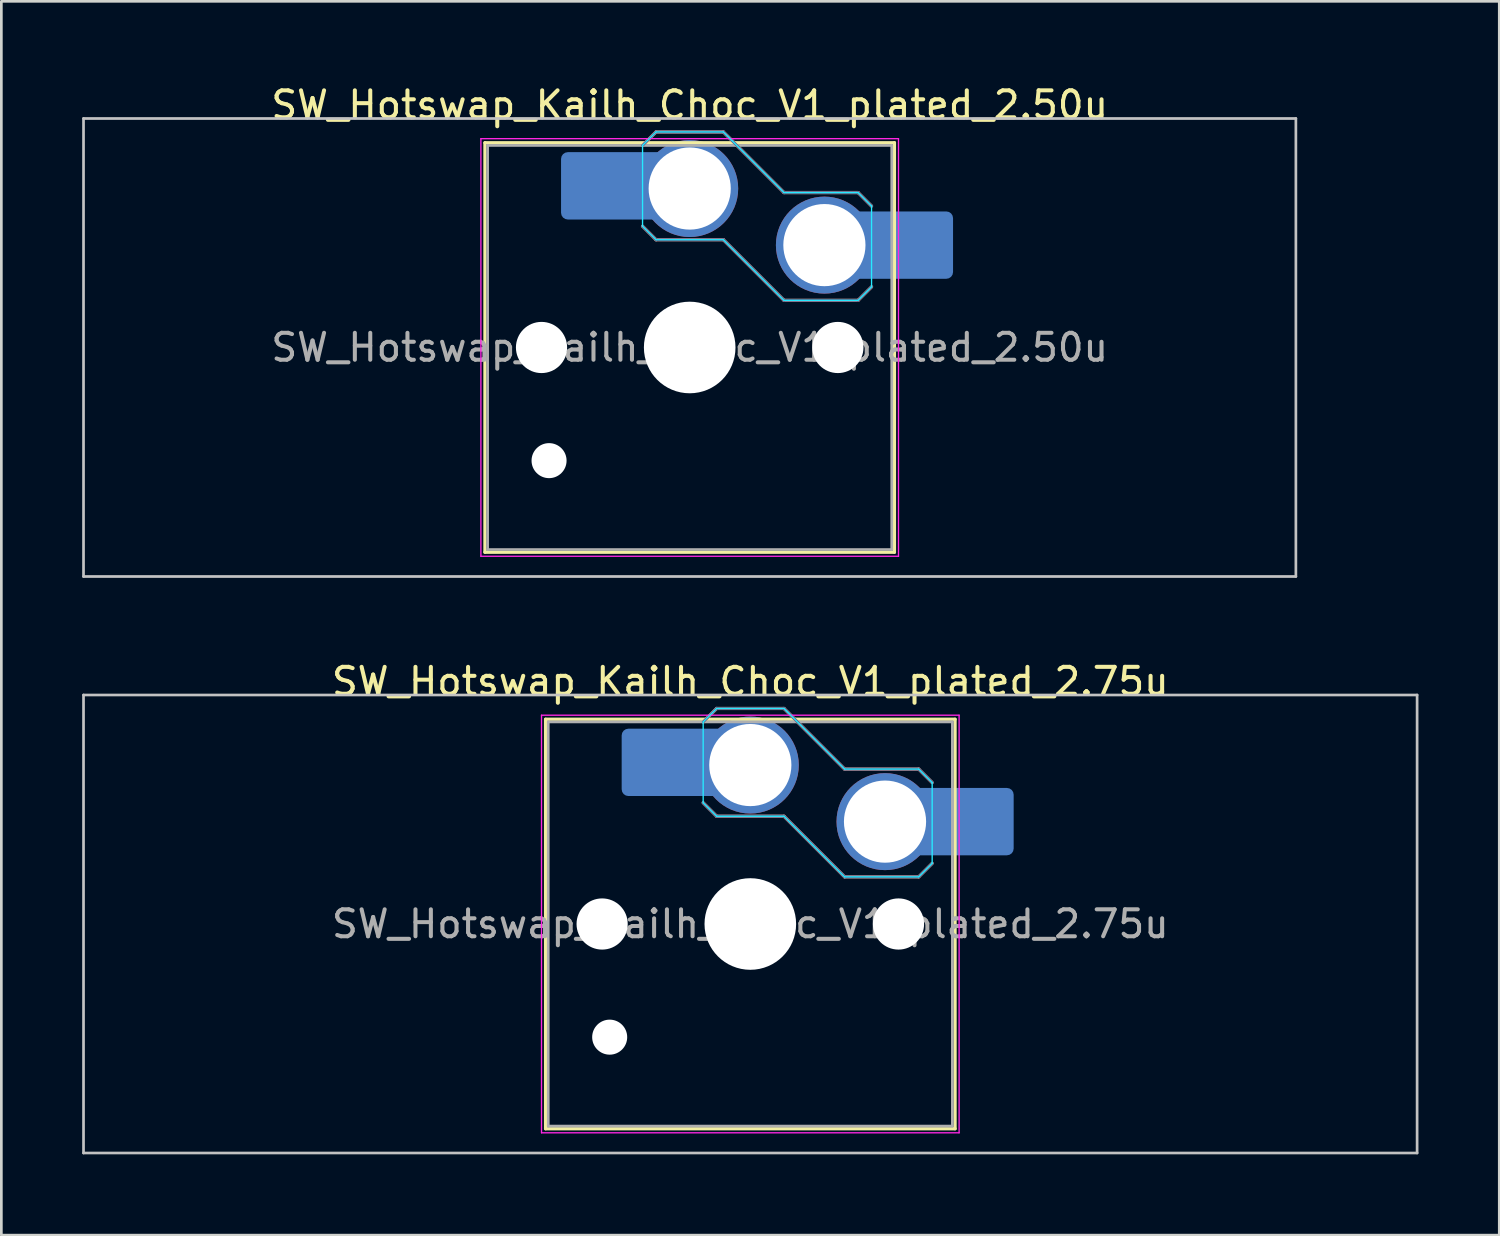
<source format=kicad_pcb>
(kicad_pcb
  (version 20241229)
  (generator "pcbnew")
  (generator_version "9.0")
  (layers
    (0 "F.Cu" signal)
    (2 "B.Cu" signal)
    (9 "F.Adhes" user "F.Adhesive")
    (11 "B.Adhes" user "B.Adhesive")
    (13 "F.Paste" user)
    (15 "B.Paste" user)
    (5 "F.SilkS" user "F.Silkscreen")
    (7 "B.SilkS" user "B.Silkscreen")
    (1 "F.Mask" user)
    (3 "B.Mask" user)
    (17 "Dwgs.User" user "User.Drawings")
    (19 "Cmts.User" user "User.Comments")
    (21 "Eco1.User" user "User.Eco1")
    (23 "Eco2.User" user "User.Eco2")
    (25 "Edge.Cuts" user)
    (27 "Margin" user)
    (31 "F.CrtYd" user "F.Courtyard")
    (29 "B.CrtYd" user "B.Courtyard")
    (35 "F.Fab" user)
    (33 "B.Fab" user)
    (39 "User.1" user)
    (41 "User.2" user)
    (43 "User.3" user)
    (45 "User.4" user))
  (footprint "SW_Hotswap_Kailh_Choc_V1_plated_2.75u"
    (layer "F.Cu")
    (at 24.8 31.247)
    (property "Reference" "SW_Hotswap_Kailh_Choc_V1_plated_2.75u" (at 0 -9 0) (layer "F.SilkS") (effects (font (size 1 1) (thickness 0.15))))
    (attr smd)
    (fp_line (start -7.6 -7.6) (end -7.6 7.6) (stroke (width 0.12) (type solid)) (layer "F.SilkS"))
    (fp_line (start -7.6 7.6) (end 7.6 7.6) (stroke (width 0.12) (type solid)) (layer "F.SilkS"))
    (fp_line (start 7.6 -7.6) (end -7.6 -7.6) (stroke (width 0.12) (type solid)) (layer "F.SilkS"))
    (fp_line (start 7.6 7.6) (end 7.6 -7.6) (stroke (width 0.12) (type solid)) (layer "F.SilkS"))
    (fp_line (start -1.75 -7.5) (end -1.25 -8) (stroke (width 0.12) (type solid)) (layer "B.SilkS"))
    (fp_line (start -1.25 -8) (end 1.25 -8) (stroke (width 0.12) (type solid)) (layer "B.SilkS"))
    (fp_line (start -1.25 -4) (end -1.75 -4.5) (stroke (width 0.12) (type solid)) (layer "B.SilkS"))
    (fp_line (start 1.25 -8) (end 3.5 -5.75) (stroke (width 0.12) (type solid)) (layer "B.SilkS"))
    (fp_line (start 1.25 -4) (end -1.25 -4) (stroke (width 0.12) (type solid)) (layer "B.SilkS"))
    (fp_line (start 3.5 -5.75) (end 6.25 -5.75) (stroke (width 0.12) (type solid)) (layer "B.SilkS"))
    (fp_line (start 3.5 -1.75) (end 1.25 -4) (stroke (width 0.12) (type solid)) (layer "B.SilkS"))
    (fp_line (start 6.25 -5.75) (end 6.75 -5.25) (stroke (width 0.12) (type solid)) (layer "B.SilkS"))
    (fp_line (start 6.25 -1.75) (end 3.5 -1.75) (stroke (width 0.12) (type solid)) (layer "B.SilkS"))
    (fp_line (start 6.75 -2.25) (end 6.25 -1.75) (stroke (width 0.12) (type solid)) (layer "B.SilkS"))
    (fp_line (start -24.75 -8.5) (end -24.75 8.5) (stroke (width 0.1) (type solid)) (layer "Dwgs.User"))
    (fp_line (start -24.75 8.5) (end 24.75 8.5) (stroke (width 0.1) (type solid)) (layer "Dwgs.User"))
    (fp_line (start 24.75 -8.5) (end -24.75 -8.5) (stroke (width 0.1) (type solid)) (layer "Dwgs.User"))
    (fp_line (start 24.75 8.5) (end 24.75 -8.5) (stroke (width 0.1) (type solid)) (layer "Dwgs.User"))
    (fp_line (start -7.25 -7.25) (end -7.25 7.25) (stroke (width 0.1) (type solid)) (layer "Eco1.User"))
    (fp_line (start -7.25 7.25) (end 7.25 7.25) (stroke (width 0.1) (type solid)) (layer "Eco1.User"))
    (fp_line (start 7.25 -7.25) (end -7.25 -7.25) (stroke (width 0.1) (type solid)) (layer "Eco1.User"))
    (fp_line (start 7.25 7.25) (end 7.25 -7.25) (stroke (width 0.1) (type solid)) (layer "Eco1.User"))
    (fp_line (start -1.75 -7.5) (end -1.25 -8) (stroke (width 0.05) (type solid)) (layer "B.CrtYd"))
    (fp_line (start -1.75 -4.5) (end -1.75 -7.5) (stroke (width 0.05) (type solid)) (layer "B.CrtYd"))
    (fp_line (start -1.25 -8) (end 1.25 -8) (stroke (width 0.05) (type solid)) (layer "B.CrtYd"))
    (fp_line (start -1.25 -4) (end -1.75 -4.5) (stroke (width 0.05) (type solid)) (layer "B.CrtYd"))
    (fp_line (start 1.25 -8) (end 3.5 -5.75) (stroke (width 0.05) (type solid)) (layer "B.CrtYd"))
    (fp_line (start 1.25 -4) (end -1.25 -4) (stroke (width 0.05) (type solid)) (layer "B.CrtYd"))
    (fp_line (start 3.5 -5.75) (end 6.25 -5.75) (stroke (width 0.05) (type solid)) (layer "B.CrtYd"))
    (fp_line (start 3.5 -1.75) (end 1.25 -4) (stroke (width 0.05) (type solid)) (layer "B.CrtYd"))
    (fp_line (start 6.25 -5.75) (end 6.75 -5.25) (stroke (width 0.05) (type solid)) (layer "B.CrtYd"))
    (fp_line (start 6.25 -1.75) (end 3.5 -1.75) (stroke (width 0.05) (type solid)) (layer "B.CrtYd"))
    (fp_line (start 6.75 -5.25) (end 6.75 -2.25) (stroke (width 0.05) (type solid)) (layer "B.CrtYd"))
    (fp_line (start 6.75 -2.25) (end 6.25 -1.75) (stroke (width 0.05) (type solid)) (layer "B.CrtYd"))
    (fp_line (start -7.75 -7.75) (end -7.75 7.75) (stroke (width 0.05) (type solid)) (layer "F.CrtYd"))
    (fp_line (start -7.75 7.75) (end 7.75 7.75) (stroke (width 0.05) (type solid)) (layer "F.CrtYd"))
    (fp_line (start 7.75 -7.75) (end -7.75 -7.75) (stroke (width 0.05) (type solid)) (layer "F.CrtYd"))
    (fp_line (start 7.75 7.75) (end 7.75 -7.75) (stroke (width 0.05) (type solid)) (layer "F.CrtYd"))
    (fp_line (start -1.75 -7.5) (end -1.25 -8) (stroke (width 0.1) (type solid)) (layer "B.Fab"))
    (fp_line (start -1.25 -8) (end 1.25 -8) (stroke (width 0.1) (type solid)) (layer "B.Fab"))
    (fp_line (start -1.25 -4) (end -1.75 -4.5) (stroke (width 0.1) (type solid)) (layer "B.Fab"))
    (fp_line (start 1.25 -8) (end 3.5 -5.75) (stroke (width 0.1) (type solid)) (layer "B.Fab"))
    (fp_line (start 1.25 -4) (end -1.25 -4) (stroke (width 0.1) (type solid)) (layer "B.Fab"))
    (fp_line (start 3.5 -5.75) (end 6.25 -5.75) (stroke (width 0.1) (type solid)) (layer "B.Fab"))
    (fp_line (start 3.5 -1.75) (end 1.25 -4) (stroke (width 0.1) (type solid)) (layer "B.Fab"))
    (fp_line (start 6.25 -5.75) (end 6.75 -5.25) (stroke (width 0.1) (type solid)) (layer "B.Fab"))
    (fp_line (start 6.25 -1.75) (end 3.5 -1.75) (stroke (width 0.1) (type solid)) (layer "B.Fab"))
    (fp_line (start 6.75 -2.25) (end 6.25 -1.75) (stroke (width 0.1) (type solid)) (layer "B.Fab"))
    (fp_line (start -7.5 -7.5) (end -7.5 7.5) (stroke (width 0.1) (type solid)) (layer "F.Fab"))
    (fp_line (start -7.5 7.5) (end 7.5 7.5) (stroke (width 0.1) (type solid)) (layer "F.Fab"))
    (fp_line (start 7.5 -7.5) (end -7.5 -7.5) (stroke (width 0.1) (type solid)) (layer "F.Fab"))
    (fp_line (start 7.5 7.5) (end 7.5 -7.5) (stroke (width 0.1) (type solid)) (layer "F.Fab"))
    (fp_text user "${REFERENCE}" (at 0 0 0) (layer "F.Fab") (effects (font (size 1 1) (thickness 0.15))))
    (pad "" np_thru_hole circle (at -5.5 0) (size 1.9 1.9) (drill 1.9) (layers "*.Cu" "*.Mask"))
    (pad "" np_thru_hole circle (at -5.22 4.2) (size 1.3 1.3) (drill 1.3) (layers "*.Cu" "*.Mask"))
    (pad "" smd roundrect (at -3.5 -6) (size 2.55 2.5) (layers "B.Mask" "B.Paste") (roundrect_rratio 0.1))
    (pad "" np_thru_hole circle (at 0 0) (size 3.4 3.4) (drill 3.4) (layers "*.Cu" "*.Mask"))
    (pad "" np_thru_hole circle (at 5.5 0) (size 1.9 1.9) (drill 1.9) (layers "*.Cu" "*.Mask"))
    (pad "" smd roundrect (at 8.5 -3.8) (size 2.55 2.5) (layers "B.Mask" "B.Paste") (roundrect_rratio 0.1))
    (pad "1" smd roundrect (at -2.85 -6) (size 3.85 2.5) (layers "B.Cu") (roundrect_rratio 0.1))
    (pad "1" thru_hole circle (at 0 -5.9) (size 3.6 3.6) (drill 3.05) (layers "*.Cu" "B.Mask"))
    (pad "2" thru_hole circle (at 5 -3.8) (size 3.6 3.6) (drill 3.05) (layers "*.Cu" "B.Mask"))
    (pad "2" smd roundrect (at 7.85 -3.8) (size 3.85 2.5) (layers "B.Cu") (roundrect_rratio 0.1)))
  (footprint "SW_Hotswap_Kailh_Choc_V1_plated_2.50u"
    (layer "F.Cu")
    (at 22.55 9.848)
    (property "Reference" "SW_Hotswap_Kailh_Choc_V1_plated_2.50u" (at 0 -9 0) (layer "F.SilkS") (effects (font (size 1 1) (thickness 0.15))))
    (attr smd)
    (fp_line (start -7.6 -7.6) (end -7.6 7.6) (stroke (width 0.12) (type solid)) (layer "F.SilkS"))
    (fp_line (start -7.6 7.6) (end 7.6 7.6) (stroke (width 0.12) (type solid)) (layer "F.SilkS"))
    (fp_line (start 7.6 -7.6) (end -7.6 -7.6) (stroke (width 0.12) (type solid)) (layer "F.SilkS"))
    (fp_line (start 7.6 7.6) (end 7.6 -7.6) (stroke (width 0.12) (type solid)) (layer "F.SilkS"))
    (fp_line (start -1.75 -7.5) (end -1.25 -8) (stroke (width 0.12) (type solid)) (layer "B.SilkS"))
    (fp_line (start -1.25 -8) (end 1.25 -8) (stroke (width 0.12) (type solid)) (layer "B.SilkS"))
    (fp_line (start -1.25 -4) (end -1.75 -4.5) (stroke (width 0.12) (type solid)) (layer "B.SilkS"))
    (fp_line (start 1.25 -8) (end 3.5 -5.75) (stroke (width 0.12) (type solid)) (layer "B.SilkS"))
    (fp_line (start 1.25 -4) (end -1.25 -4) (stroke (width 0.12) (type solid)) (layer "B.SilkS"))
    (fp_line (start 3.5 -5.75) (end 6.25 -5.75) (stroke (width 0.12) (type solid)) (layer "B.SilkS"))
    (fp_line (start 3.5 -1.75) (end 1.25 -4) (stroke (width 0.12) (type solid)) (layer "B.SilkS"))
    (fp_line (start 6.25 -5.75) (end 6.75 -5.25) (stroke (width 0.12) (type solid)) (layer "B.SilkS"))
    (fp_line (start 6.25 -1.75) (end 3.5 -1.75) (stroke (width 0.12) (type solid)) (layer "B.SilkS"))
    (fp_line (start 6.75 -2.25) (end 6.25 -1.75) (stroke (width 0.12) (type solid)) (layer "B.SilkS"))
    (fp_line (start -22.5 -8.5) (end -22.5 8.5) (stroke (width 0.1) (type solid)) (layer "Dwgs.User"))
    (fp_line (start -22.5 8.5) (end 22.5 8.5) (stroke (width 0.1) (type solid)) (layer "Dwgs.User"))
    (fp_line (start 22.5 -8.5) (end -22.5 -8.5) (stroke (width 0.1) (type solid)) (layer "Dwgs.User"))
    (fp_line (start 22.5 8.5) (end 22.5 -8.5) (stroke (width 0.1) (type solid)) (layer "Dwgs.User"))
    (fp_line (start -7.25 -7.25) (end -7.25 7.25) (stroke (width 0.1) (type solid)) (layer "Eco1.User"))
    (fp_line (start -7.25 7.25) (end 7.25 7.25) (stroke (width 0.1) (type solid)) (layer "Eco1.User"))
    (fp_line (start 7.25 -7.25) (end -7.25 -7.25) (stroke (width 0.1) (type solid)) (layer "Eco1.User"))
    (fp_line (start 7.25 7.25) (end 7.25 -7.25) (stroke (width 0.1) (type solid)) (layer "Eco1.User"))
    (fp_line (start -1.75 -7.5) (end -1.25 -8) (stroke (width 0.05) (type solid)) (layer "B.CrtYd"))
    (fp_line (start -1.75 -4.5) (end -1.75 -7.5) (stroke (width 0.05) (type solid)) (layer "B.CrtYd"))
    (fp_line (start -1.25 -8) (end 1.25 -8) (stroke (width 0.05) (type solid)) (layer "B.CrtYd"))
    (fp_line (start -1.25 -4) (end -1.75 -4.5) (stroke (width 0.05) (type solid)) (layer "B.CrtYd"))
    (fp_line (start 1.25 -8) (end 3.5 -5.75) (stroke (width 0.05) (type solid)) (layer "B.CrtYd"))
    (fp_line (start 1.25 -4) (end -1.25 -4) (stroke (width 0.05) (type solid)) (layer "B.CrtYd"))
    (fp_line (start 3.5 -5.75) (end 6.25 -5.75) (stroke (width 0.05) (type solid)) (layer "B.CrtYd"))
    (fp_line (start 3.5 -1.75) (end 1.25 -4) (stroke (width 0.05) (type solid)) (layer "B.CrtYd"))
    (fp_line (start 6.25 -5.75) (end 6.75 -5.25) (stroke (width 0.05) (type solid)) (layer "B.CrtYd"))
    (fp_line (start 6.25 -1.75) (end 3.5 -1.75) (stroke (width 0.05) (type solid)) (layer "B.CrtYd"))
    (fp_line (start 6.75 -5.25) (end 6.75 -2.25) (stroke (width 0.05) (type solid)) (layer "B.CrtYd"))
    (fp_line (start 6.75 -2.25) (end 6.25 -1.75) (stroke (width 0.05) (type solid)) (layer "B.CrtYd"))
    (fp_line (start -7.75 -7.75) (end -7.75 7.75) (stroke (width 0.05) (type solid)) (layer "F.CrtYd"))
    (fp_line (start -7.75 7.75) (end 7.75 7.75) (stroke (width 0.05) (type solid)) (layer "F.CrtYd"))
    (fp_line (start 7.75 -7.75) (end -7.75 -7.75) (stroke (width 0.05) (type solid)) (layer "F.CrtYd"))
    (fp_line (start 7.75 7.75) (end 7.75 -7.75) (stroke (width 0.05) (type solid)) (layer "F.CrtYd"))
    (fp_line (start -1.75 -7.5) (end -1.25 -8) (stroke (width 0.1) (type solid)) (layer "B.Fab"))
    (fp_line (start -1.25 -8) (end 1.25 -8) (stroke (width 0.1) (type solid)) (layer "B.Fab"))
    (fp_line (start -1.25 -4) (end -1.75 -4.5) (stroke (width 0.1) (type solid)) (layer "B.Fab"))
    (fp_line (start 1.25 -8) (end 3.5 -5.75) (stroke (width 0.1) (type solid)) (layer "B.Fab"))
    (fp_line (start 1.25 -4) (end -1.25 -4) (stroke (width 0.1) (type solid)) (layer "B.Fab"))
    (fp_line (start 3.5 -5.75) (end 6.25 -5.75) (stroke (width 0.1) (type solid)) (layer "B.Fab"))
    (fp_line (start 3.5 -1.75) (end 1.25 -4) (stroke (width 0.1) (type solid)) (layer "B.Fab"))
    (fp_line (start 6.25 -5.75) (end 6.75 -5.25) (stroke (width 0.1) (type solid)) (layer "B.Fab"))
    (fp_line (start 6.25 -1.75) (end 3.5 -1.75) (stroke (width 0.1) (type solid)) (layer "B.Fab"))
    (fp_line (start 6.75 -2.25) (end 6.25 -1.75) (stroke (width 0.1) (type solid)) (layer "B.Fab"))
    (fp_line (start -7.5 -7.5) (end -7.5 7.5) (stroke (width 0.1) (type solid)) (layer "F.Fab"))
    (fp_line (start -7.5 7.5) (end 7.5 7.5) (stroke (width 0.1) (type solid)) (layer "F.Fab"))
    (fp_line (start 7.5 -7.5) (end -7.5 -7.5) (stroke (width 0.1) (type solid)) (layer "F.Fab"))
    (fp_line (start 7.5 7.5) (end 7.5 -7.5) (stroke (width 0.1) (type solid)) (layer "F.Fab"))
    (fp_text user "${REFERENCE}" (at 0 0 0) (layer "F.Fab") (effects (font (size 1 1) (thickness 0.15))))
    (pad "" np_thru_hole circle (at -5.5 0) (size 1.9 1.9) (drill 1.9) (layers "*.Cu" "*.Mask"))
    (pad "" np_thru_hole circle (at -5.22 4.2) (size 1.3 1.3) (drill 1.3) (layers "*.Cu" "*.Mask"))
    (pad "" smd roundrect (at -3.5 -6) (size 2.55 2.5) (layers "B.Mask" "B.Paste") (roundrect_rratio 0.1))
    (pad "" np_thru_hole circle (at 0 0) (size 3.4 3.4) (drill 3.4) (layers "*.Cu" "*.Mask"))
    (pad "" np_thru_hole circle (at 5.5 0) (size 1.9 1.9) (drill 1.9) (layers "*.Cu" "*.Mask"))
    (pad "" smd roundrect (at 8.5 -3.8) (size 2.55 2.5) (layers "B.Mask" "B.Paste") (roundrect_rratio 0.1))
    (pad "1" smd roundrect (at -2.85 -6) (size 3.85 2.5) (layers "B.Cu") (roundrect_rratio 0.1))
    (pad "1" thru_hole circle (at 0 -5.9) (size 3.6 3.6) (drill 3.05) (layers "*.Cu" "B.Mask"))
    (pad "2" thru_hole circle (at 5 -3.8) (size 3.6 3.6) (drill 3.05) (layers "*.Cu" "B.Mask"))
    (pad "2" smd roundrect (at 7.85 -3.8) (size 3.85 2.5) (layers "B.Cu") (roundrect_rratio 0.1)))
  (gr_rect
    (start -3 -3)
    (end 52.6 42.797)
    (stroke (width 0.1) (type default))
    (fill no)
    (layer "Edge.Cuts")))
</source>
